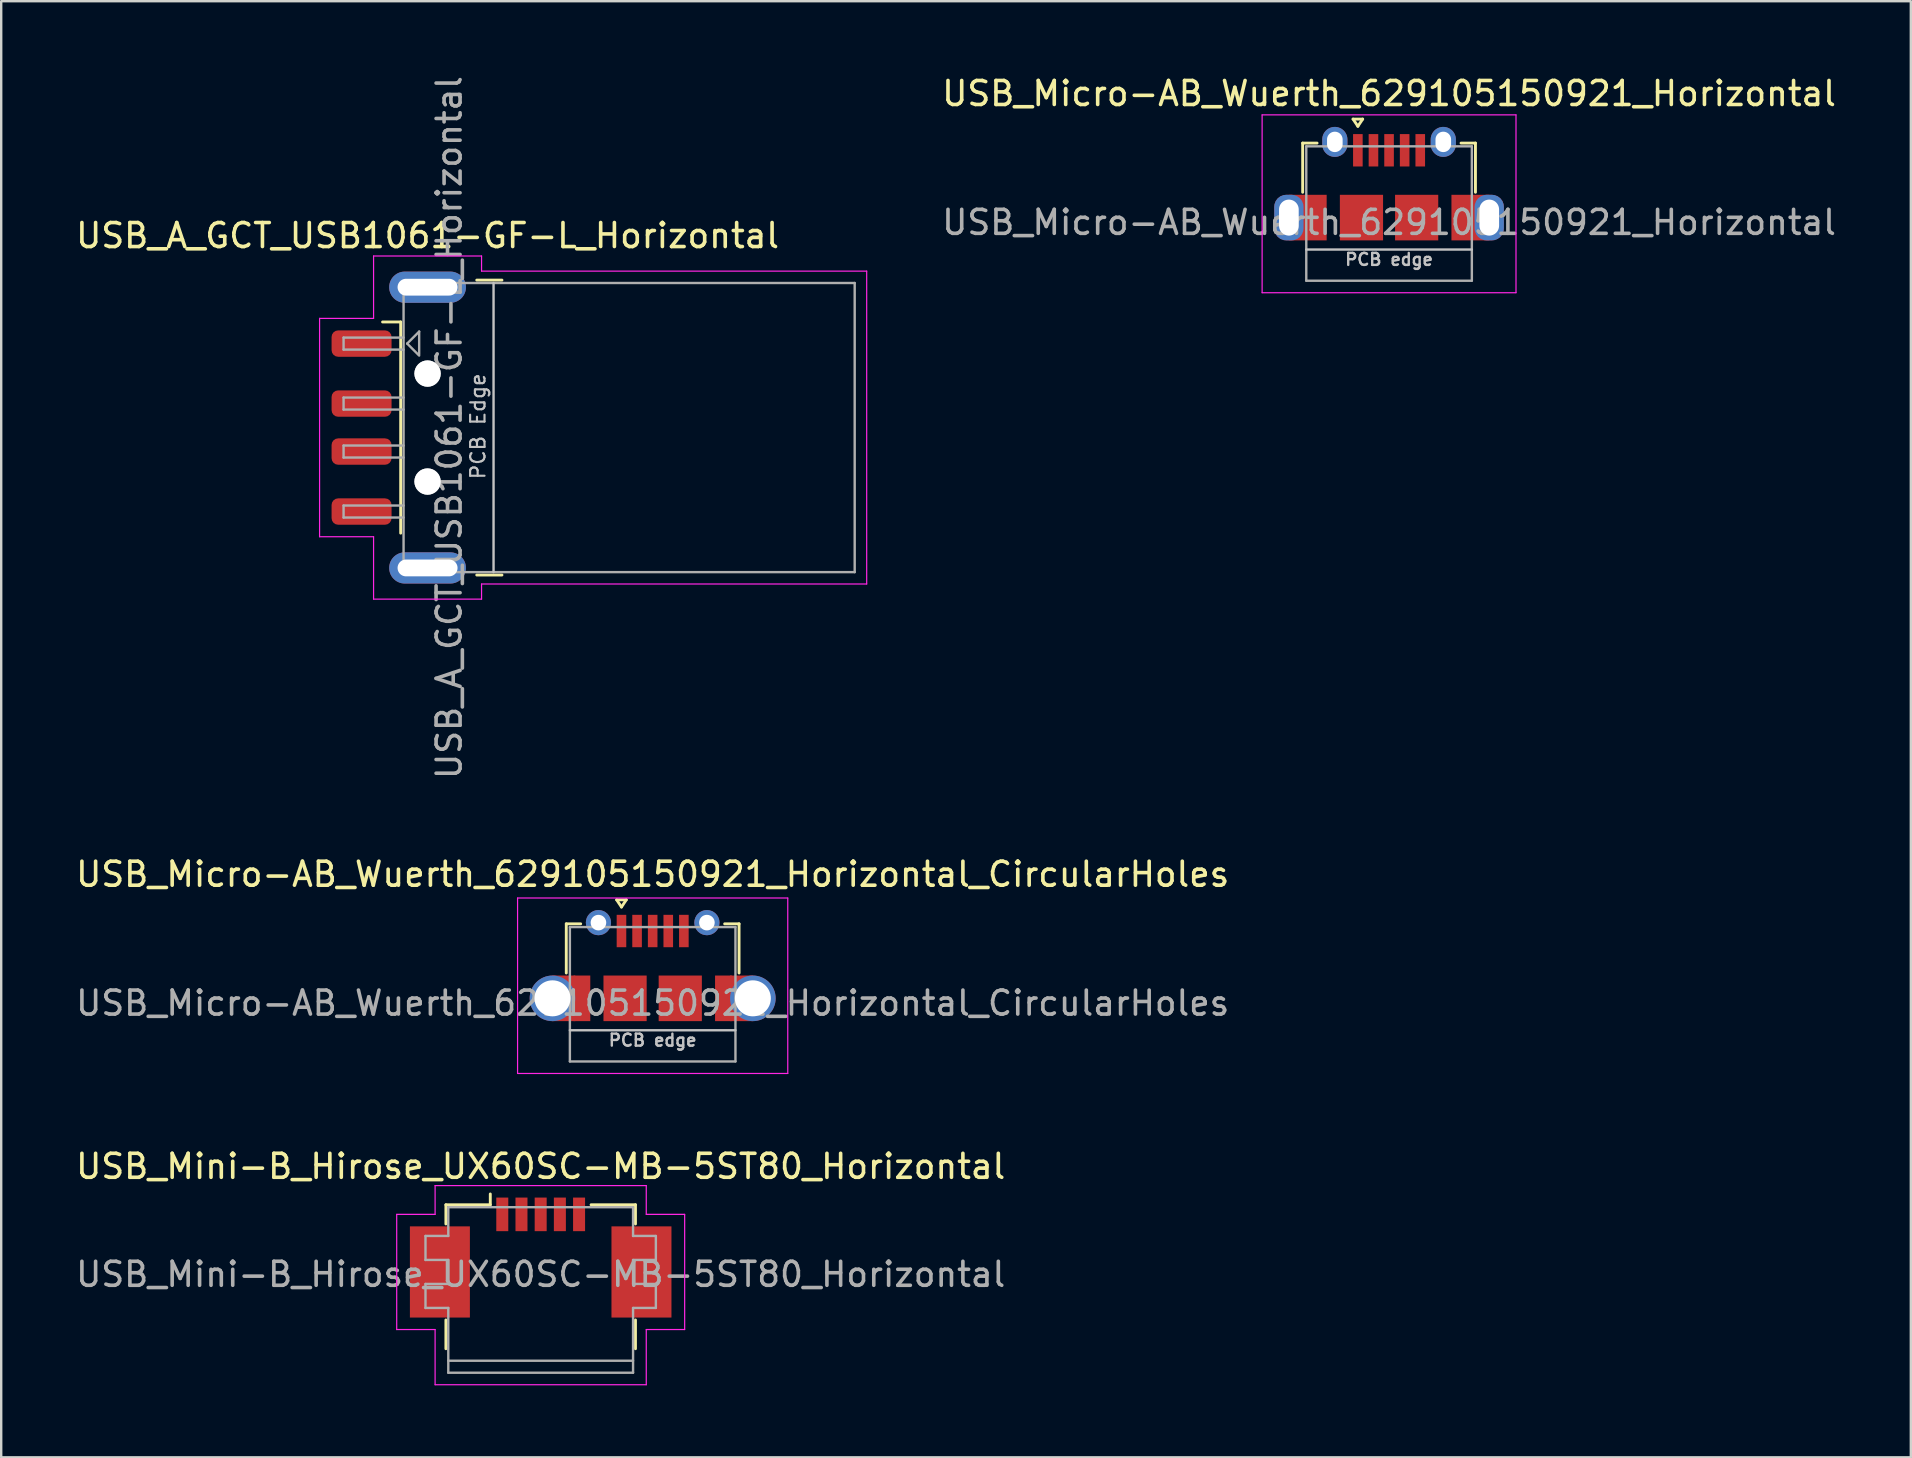
<source format=kicad_pcb>
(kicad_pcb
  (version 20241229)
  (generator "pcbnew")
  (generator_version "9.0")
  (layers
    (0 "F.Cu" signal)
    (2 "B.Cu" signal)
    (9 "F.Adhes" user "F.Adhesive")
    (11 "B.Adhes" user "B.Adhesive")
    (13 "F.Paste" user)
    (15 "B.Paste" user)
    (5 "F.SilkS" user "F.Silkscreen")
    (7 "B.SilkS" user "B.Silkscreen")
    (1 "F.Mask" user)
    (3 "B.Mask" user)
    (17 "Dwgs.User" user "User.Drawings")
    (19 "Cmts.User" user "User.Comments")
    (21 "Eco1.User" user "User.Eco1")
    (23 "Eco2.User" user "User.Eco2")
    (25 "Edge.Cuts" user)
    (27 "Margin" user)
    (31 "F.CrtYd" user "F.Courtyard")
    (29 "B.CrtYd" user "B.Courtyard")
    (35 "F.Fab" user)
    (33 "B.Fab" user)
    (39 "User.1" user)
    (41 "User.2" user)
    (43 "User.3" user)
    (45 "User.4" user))
  (footprint "USB_Micro-AB_Wuerth_629105150921_Horizontal"
    (layer "F.Cu")
    (at 54.837 5.848)
    (property "Reference" "USB_Micro-AB_Wuerth_629105150921_Horizontal" (at 0 -5 0) (layer "F.SilkS") (effects (font (size 1 1) (thickness 0.15))))
    (attr smd)
    (fp_line (start -3.6 -2.935) (end -3.6 -0.885) (stroke (width 0.12) (type solid)) (layer "F.SilkS"))
    (fp_line (start -3 -2.935) (end -3.6 -2.935) (stroke (width 0.12) (type solid)) (layer "F.SilkS"))
    (fp_line (start -1.5 -3.935) (end -1.3 -3.635) (stroke (width 0.12) (type solid)) (layer "F.SilkS"))
    (fp_line (start -1.3 -3.635) (end -1.1 -3.935) (stroke (width 0.12) (type solid)) (layer "F.SilkS"))
    (fp_line (start -1.1 -3.935) (end -1.5 -3.935) (stroke (width 0.12) (type solid)) (layer "F.SilkS"))
    (fp_line (start 3.6 -2.935) (end 3 -2.935) (stroke (width 0.12) (type solid)) (layer "F.SilkS"))
    (fp_line (start 3.6 -2.935) (end 3.6 -0.885) (stroke (width 0.12) (type solid)) (layer "F.SilkS"))
    (fp_line (start -3.45 1.5) (end 3.45 1.5) (stroke (width 0.1) (type solid)) (layer "Dwgs.User"))
    (fp_line (start -5.29 -4.11) (end -5.29 3.3) (stroke (width 0.05) (type solid)) (layer "F.CrtYd"))
    (fp_line (start -5.29 -4.11) (end 5.29 -4.11) (stroke (width 0.05) (type solid)) (layer "F.CrtYd"))
    (fp_line (start -5.29 3.3) (end 5.29 3.3) (stroke (width 0.05) (type solid)) (layer "F.CrtYd"))
    (fp_line (start 5.29 -4.11) (end 5.29 3.3) (stroke (width 0.05) (type solid)) (layer "F.CrtYd"))
    (fp_line (start -3.45 -2.8) (end -3.45 2.8) (stroke (width 0.1) (type solid)) (layer "F.Fab"))
    (fp_line (start -3.45 -2.8) (end 3.45 -2.8) (stroke (width 0.1) (type solid)) (layer "F.Fab"))
    (fp_line (start 3.45 -2.8) (end 3.45 2.8) (stroke (width 0.1) (type solid)) (layer "F.Fab"))
    (fp_line (start 3.45 2.8) (end -3.45 2.8) (stroke (width 0.1) (type solid)) (layer "F.Fab"))
    (fp_text user "PCB edge" (at 0 1.915 0) (layer "Dwgs.User") (effects (font (size 0.5 0.5) (thickness 0.1))))
    (fp_text user "${REFERENCE}" (at 0 0.37 0) (layer "F.Fab") (effects (font (size 1 1) (thickness 0.15))))
    (pad "1" smd rect (at -1.3 -2.635) (size 0.4 1.35) (layers "F.Cu" "F.Mask" "F.Paste"))
    (pad "2" smd rect (at -0.65 -2.635) (size 0.4 1.35) (layers "F.Cu" "F.Mask" "F.Paste"))
    (pad "3" smd rect (at 0 -2.635) (size 0.4 1.35) (layers "F.Cu" "F.Mask" "F.Paste"))
    (pad "4" smd rect (at 0.65 -2.635) (size 0.4 1.35) (layers "F.Cu" "F.Mask" "F.Paste"))
    (pad "5" smd rect (at 1.3 -2.635) (size 0.4 1.35) (layers "F.Cu" "F.Mask" "F.Paste"))
    (pad "6" thru_hole roundrect (at -4.175 0.17) (size 1.22 1.9) (drill oval 0.82 1.5) (layers "*.Cu" "*.Mask") (roundrect_rratio 0.41))
    (pad "6" smd rect (at -3.837 0.17) (size 0.675 1.9) (layers "F.Cu" "F.Mask"))
    (pad "6" smd rect (at -3.05 0.17) (size 0.9 1.9) (layers "F.Cu" "F.Mask" "F.Paste"))
    (pad "6" thru_hole oval (at -2.26 -2.985) (size 1.05 1.25) (drill oval 0.65 0.85) (layers "*.Cu" "*.Mask"))
    (pad "6" smd rect (at -1.15 0.17) (size 1.8 1.9) (layers "F.Cu" "F.Mask" "F.Paste"))
    (pad "6" smd rect (at 1.15 0.17) (size 1.8 1.9) (layers "F.Cu" "F.Mask" "F.Paste"))
    (pad "6" thru_hole oval (at 2.26 -2.985) (size 1.05 1.25) (drill oval 0.65 0.85) (layers "*.Cu" "*.Mask"))
    (pad "6" smd rect (at 3.05 0.17) (size 0.9 1.9) (layers "F.Cu" "F.Mask" "F.Paste"))
    (pad "6" smd rect (at 3.837 0.17) (size 0.675 1.9) (layers "F.Cu" "F.Mask"))
    (pad "6" thru_hole roundrect (at 4.175 0.17) (size 1.22 1.9) (drill oval 0.82 1.5) (layers "*.Cu" "*.Mask") (roundrect_rratio 0.41)))
  (footprint "USB_Mini-B_Hirose_UX60SC-MB-5ST80_Horizontal"
    (layer "F.Cu")
    (at 19.482 49.357)
    (property "Reference" "USB_Mini-B_Hirose_UX60SC-MB-5ST80_Horizontal" (at 0 -3.8 0) (layer "F.SilkS") (effects (font (size 1 1) (thickness 0.15))))
    (attr smd)
    (fp_line (start -3.95 -2.2) (end -3.95 -1.4) (stroke (width 0.12) (type solid)) (layer "F.SilkS"))
    (fp_line (start -3.95 2.6) (end -3.95 3.8) (stroke (width 0.12) (type solid)) (layer "F.SilkS"))
    (fp_line (start -2.1 -2.2) (end -3.95 -2.2) (stroke (width 0.12) (type solid)) (layer "F.SilkS"))
    (fp_line (start -2.1 -2.2) (end -2.1 -2.65) (stroke (width 0.12) (type solid)) (layer "F.SilkS"))
    (fp_line (start 3.95 -2.2) (end 2.1 -2.2) (stroke (width 0.12) (type solid)) (layer "F.SilkS"))
    (fp_line (start 3.95 -1.4) (end 3.95 -2.2) (stroke (width 0.12) (type solid)) (layer "F.SilkS"))
    (fp_line (start 3.95 2.6) (end 3.95 3.8) (stroke (width 0.12) (type solid)) (layer "F.SilkS"))
    (fp_line (start -6 -1.8) (end -4.4 -1.8) (stroke (width 0.05) (type solid)) (layer "F.CrtYd"))
    (fp_line (start -6 3) (end -6 -1.8) (stroke (width 0.05) (type solid)) (layer "F.CrtYd"))
    (fp_line (start -4.4 -3) (end 4.4 -3) (stroke (width 0.05) (type solid)) (layer "F.CrtYd"))
    (fp_line (start -4.4 -1.8) (end -4.4 -3) (stroke (width 0.05) (type solid)) (layer "F.CrtYd"))
    (fp_line (start -4.4 3) (end -6 3) (stroke (width 0.05) (type solid)) (layer "F.CrtYd"))
    (fp_line (start -4.4 5.3) (end -4.4 3) (stroke (width 0.05) (type solid)) (layer "F.CrtYd"))
    (fp_line (start 4.4 -3) (end 4.4 -1.8) (stroke (width 0.05) (type solid)) (layer "F.CrtYd"))
    (fp_line (start 4.4 -1.8) (end 6 -1.8) (stroke (width 0.05) (type solid)) (layer "F.CrtYd"))
    (fp_line (start 4.4 5.3) (end -4.4 5.3) (stroke (width 0.05) (type solid)) (layer "F.CrtYd"))
    (fp_line (start 4.4 5.3) (end 4.4 3) (stroke (width 0.05) (type solid)) (layer "F.CrtYd"))
    (fp_line (start 6 -1.8) (end 6 3) (stroke (width 0.05) (type solid)) (layer "F.CrtYd"))
    (fp_line (start 6 3) (end 4.4 3) (stroke (width 0.05) (type solid)) (layer "F.CrtYd"))
    (fp_line (start -4.8 0.1) (end -4.8 -0.9) (stroke (width 0.1) (type solid)) (layer "F.Fab"))
    (fp_line (start -4.8 0.1) (end -3.85 0.1) (stroke (width 0.1) (type solid)) (layer "F.Fab"))
    (fp_line (start -4.8 2.1) (end -4.8 1.1) (stroke (width 0.1) (type solid)) (layer "F.Fab"))
    (fp_line (start -4.8 2.1) (end -3.85 2.1) (stroke (width 0.1) (type solid)) (layer "F.Fab"))
    (fp_line (start -3.85 -0.9) (end -4.8 -0.9) (stroke (width 0.1) (type solid)) (layer "F.Fab"))
    (fp_line (start -3.85 -0.9) (end -3.85 -2.1) (stroke (width 0.1) (type solid)) (layer "F.Fab"))
    (fp_line (start -3.85 1.1) (end -4.8 1.1) (stroke (width 0.1) (type solid)) (layer "F.Fab"))
    (fp_line (start -3.85 1.1) (end -3.85 0.1) (stroke (width 0.1) (type solid)) (layer "F.Fab"))
    (fp_line (start -3.85 4.3) (end 3.85 4.3) (stroke (width 0.1) (type solid)) (layer "F.Fab"))
    (fp_line (start -3.85 4.8) (end -3.85 2.1) (stroke (width 0.1) (type solid)) (layer "F.Fab"))
    (fp_line (start 3.85 -2.1) (end -3.85 -2.1) (stroke (width 0.1) (type solid)) (layer "F.Fab"))
    (fp_line (start 3.85 -0.9) (end 3.85 -2.1) (stroke (width 0.1) (type solid)) (layer "F.Fab"))
    (fp_line (start 3.85 0.1) (end 4.8 0.1) (stroke (width 0.1) (type solid)) (layer "F.Fab"))
    (fp_line (start 3.85 1.1) (end 3.85 0.1) (stroke (width 0.1) (type solid)) (layer "F.Fab"))
    (fp_line (start 3.85 2.1) (end 4.8 2.1) (stroke (width 0.1) (type solid)) (layer "F.Fab"))
    (fp_line (start 3.85 4.8) (end -3.85 4.8) (stroke (width 0.1) (type solid)) (layer "F.Fab"))
    (fp_line (start 3.85 4.8) (end 3.85 2.1) (stroke (width 0.1) (type solid)) (layer "F.Fab"))
    (fp_line (start 4.8 -0.9) (end 3.85 -0.9) (stroke (width 0.1) (type solid)) (layer "F.Fab"))
    (fp_line (start 4.8 0.1) (end 4.8 -0.9) (stroke (width 0.1) (type solid)) (layer "F.Fab"))
    (fp_line (start 4.8 1.1) (end 3.85 1.1) (stroke (width 0.1) (type solid)) (layer "F.Fab"))
    (fp_line (start 4.8 2.1) (end 4.8 1.1) (stroke (width 0.1) (type solid)) (layer "F.Fab"))
    (fp_text user "${REFERENCE}" (at 0 0.7 0) (layer "F.Fab") (effects (font (size 1 1) (thickness 0.15))))
    (pad "1" smd rect (at -1.6 -1.8) (size 0.5 1.4) (layers "F.Cu" "F.Mask" "F.Paste"))
    (pad "2" smd rect (at -0.8 -1.8) (size 0.5 1.4) (layers "F.Cu" "F.Mask" "F.Paste"))
    (pad "3" smd rect (at 0 -1.8) (size 0.5 1.4) (layers "F.Cu" "F.Mask" "F.Paste"))
    (pad "4" smd rect (at 0.8 -1.8) (size 0.5 1.4) (layers "F.Cu" "F.Mask" "F.Paste"))
    (pad "5" smd rect (at 1.6 -1.8) (size 0.5 1.4) (layers "F.Cu" "F.Mask" "F.Paste"))
    (pad "6" smd rect (at -4.2 0.6) (size 2.5 3.8) (layers "F.Cu" "F.Mask" "F.Paste"))
    (pad "6" smd rect (at 4.2 0.6) (size 2.5 3.8) (layers "F.Cu" "F.Mask" "F.Paste")))
  (footprint "USB_A_GCT_USB1061-GF-L_Horizontal"
    (layer "F.Cu")
    (at 13.568 14.768)
    (property "Reference" "USB_A_GCT_USB1061-GF-L_Horizontal" (at 1.2 -8 0) (layer "F.SilkS") (effects (font (size 1 1) (thickness 0.15))))
    (attr smd)
    (fp_line (start 0.08 -4.4) (end -0.675 -4.4) (stroke (width 0.12) (type solid)) (layer "F.SilkS"))
    (fp_line (start 0.08 -4.4) (end 0.08 4.4) (stroke (width 0.12) (type solid)) (layer "F.SilkS"))
    (fp_line (start 3.25 -6.145) (end 4.3 -6.145) (stroke (width 0.12) (type solid)) (layer "F.SilkS"))
    (fp_line (start 3.25 6.145) (end 4.3 6.145) (stroke (width 0.12) (type solid)) (layer "F.SilkS"))
    (fp_line (start 3.95 6.025) (end 3.95 -6.025) (stroke (width 0.1) (type solid)) (layer "Dwgs.User"))
    (fp_line (start -3.3 -4.55) (end -1.05 -4.55) (stroke (width 0.05) (type solid)) (layer "F.CrtYd"))
    (fp_line (start -3.3 4.55) (end -3.3 -4.55) (stroke (width 0.05) (type solid)) (layer "F.CrtYd"))
    (fp_line (start -3.3 4.55) (end -1.05 4.55) (stroke (width 0.05) (type solid)) (layer "F.CrtYd"))
    (fp_line (start -1.05 -7.15) (end -1.05 -4.55) (stroke (width 0.05) (type solid)) (layer "F.CrtYd"))
    (fp_line (start -1.05 -7.15) (end 3.45 -7.15) (stroke (width 0.05) (type solid)) (layer "F.CrtYd"))
    (fp_line (start -1.05 4.55) (end -1.05 7.15) (stroke (width 0.05) (type solid)) (layer "F.CrtYd"))
    (fp_line (start -1.05 7.15) (end 3.45 7.15) (stroke (width 0.05) (type solid)) (layer "F.CrtYd"))
    (fp_line (start 3.45 -6.52) (end 3.45 -7.15) (stroke (width 0.05) (type solid)) (layer "F.CrtYd"))
    (fp_line (start 3.45 -6.52) (end 19.5 -6.52) (stroke (width 0.05) (type solid)) (layer "F.CrtYd"))
    (fp_line (start 3.45 6.52) (end 19.5 6.52) (stroke (width 0.05) (type solid)) (layer "F.CrtYd"))
    (fp_line (start 3.45 7.15) (end 3.45 6.52) (stroke (width 0.05) (type solid)) (layer "F.CrtYd"))
    (fp_line (start 19.5 6.52) (end 19.5 -6.52) (stroke (width 0.05) (type solid)) (layer "F.CrtYd"))
    (fp_line (start -2.3 -3.75) (end 0.2 -3.75) (stroke (width 0.1) (type solid)) (layer "F.Fab"))
    (fp_line (start -2.3 -3.25) (end -2.3 -3.75) (stroke (width 0.1) (type solid)) (layer "F.Fab"))
    (fp_line (start -2.3 -3.25) (end 0.2 -3.25) (stroke (width 0.1) (type solid)) (layer "F.Fab"))
    (fp_line (start -2.3 -1.25) (end 0.2 -1.25) (stroke (width 0.1) (type solid)) (layer "F.Fab"))
    (fp_line (start -2.3 -0.75) (end -2.3 -1.25) (stroke (width 0.1) (type solid)) (layer "F.Fab"))
    (fp_line (start -2.3 -0.75) (end 0.2 -0.75) (stroke (width 0.1) (type solid)) (layer "F.Fab"))
    (fp_line (start -2.3 0.75) (end 0.2 0.75) (stroke (width 0.1) (type solid)) (layer "F.Fab"))
    (fp_line (start -2.3 1.25) (end -2.3 0.75) (stroke (width 0.1) (type solid)) (layer "F.Fab"))
    (fp_line (start -2.3 1.25) (end 0.2 1.25) (stroke (width 0.1) (type solid)) (layer "F.Fab"))
    (fp_line (start -2.3 3.25) (end 0.2 3.25) (stroke (width 0.1) (type solid)) (layer "F.Fab"))
    (fp_line (start -2.3 3.75) (end -2.3 3.25) (stroke (width 0.1) (type solid)) (layer "F.Fab"))
    (fp_line (start -2.3 3.75) (end 0.2 3.75) (stroke (width 0.1) (type solid)) (layer "F.Fab"))
    (fp_line (start 0.2 -6.025) (end 19 -6.025) (stroke (width 0.1) (type solid)) (layer "F.Fab"))
    (fp_line (start 0.2 6.025) (end 0.2 -6.025) (stroke (width 0.1) (type solid)) (layer "F.Fab"))
    (fp_line (start 0.2 6.025) (end 19 6.025) (stroke (width 0.1) (type solid)) (layer "F.Fab"))
    (fp_line (start 0.35 -3.5) (end 0.85 -4) (stroke (width 0.1) (type solid)) (layer "F.Fab"))
    (fp_line (start 0.35 -3.5) (end 0.85 -3) (stroke (width 0.1) (type solid)) (layer "F.Fab"))
    (fp_line (start 0.85 -4) (end 0.85 -3.05) (stroke (width 0.1) (type solid)) (layer "F.Fab"))
    (fp_line (start 19 6.025) (end 19 -6.025) (stroke (width 0.1) (type solid)) (layer "F.Fab"))
    (fp_circle (center 1.2 -2.25) (end 1.7 -2.25) (stroke (width 0.1) (type solid)) (fill no) (layer "F.Fab"))
    (fp_circle (center 1.2 2.25) (end 1.7 2.25) (stroke (width 0.1) (type solid)) (fill no) (layer "F.Fab"))
    (fp_text user "PCB Edge" (at 3.3 -0.05 90) (layer "Dwgs.User") (effects (font (size 0.6 0.6) (thickness 0.09))))
    (fp_text user "${REFERENCE}" (at 2.1 0 90) (layer "F.Fab") (effects (font (size 1 1) (thickness 0.15))))
    (pad "" np_thru_hole circle (at 1.2 -2.25) (size 1.1 1.1) (drill 1.1) (layers "*.Cu" "*.Mask"))
    (pad "" np_thru_hole circle (at 1.2 2.25) (size 1.1 1.1) (drill 1.1) (layers "*.Cu" "*.Mask"))
    (pad "1" smd roundrect (at -1.55 -3.5) (size 2.5 1.1) (layers "F.Cu" "F.Mask" "F.Paste") (roundrect_rratio 0.25))
    (pad "2" smd roundrect (at -1.55 -1) (size 2.5 1.1) (layers "F.Cu" "F.Mask" "F.Paste") (roundrect_rratio 0.25))
    (pad "3" smd roundrect (at -1.55 1) (size 2.5 1.1) (layers "F.Cu" "F.Mask" "F.Paste") (roundrect_rratio 0.25))
    (pad "4" smd roundrect (at -1.55 3.5) (size 2.5 1.1) (layers "F.Cu" "F.Mask" "F.Paste") (roundrect_rratio 0.25))
    (pad "5" thru_hole oval (at 1.2 -5.85) (size 3.2 1.3) (drill oval 2.5 0.7) (layers "*.Cu" "*.Mask"))
    (pad "5" thru_hole oval (at 1.2 5.85) (size 3.2 1.3) (drill oval 2.5 0.7) (layers "*.Cu" "*.Mask")))
  (footprint "USB_Micro-AB_Wuerth_629105150921_Horizontal_CircularHoles"
    (layer "F.Cu")
    (at 24.149 38.384)
    (property "Reference" "USB_Micro-AB_Wuerth_629105150921_Horizontal_CircularHoles" (at 0 -5 0) (layer "F.SilkS") (effects (font (size 1 1) (thickness 0.15))))
    (attr smd)
    (fp_line (start -3.6 -2.935) (end -3.6 -0.885) (stroke (width 0.12) (type solid)) (layer "F.SilkS"))
    (fp_line (start -3 -2.935) (end -3.6 -2.935) (stroke (width 0.12) (type solid)) (layer "F.SilkS"))
    (fp_line (start -1.5 -3.935) (end -1.3 -3.635) (stroke (width 0.12) (type solid)) (layer "F.SilkS"))
    (fp_line (start -1.3 -3.635) (end -1.1 -3.935) (stroke (width 0.12) (type solid)) (layer "F.SilkS"))
    (fp_line (start -1.1 -3.935) (end -1.5 -3.935) (stroke (width 0.12) (type solid)) (layer "F.SilkS"))
    (fp_line (start 3.6 -2.935) (end 3 -2.935) (stroke (width 0.12) (type solid)) (layer "F.SilkS"))
    (fp_line (start 3.6 -2.935) (end 3.6 -0.885) (stroke (width 0.12) (type solid)) (layer "F.SilkS"))
    (fp_line (start -3.45 1.5) (end 3.45 1.5) (stroke (width 0.1) (type solid)) (layer "Dwgs.User"))
    (fp_line (start -5.63 -4.01) (end -5.63 3.3) (stroke (width 0.05) (type solid)) (layer "F.CrtYd"))
    (fp_line (start -5.63 -4.01) (end 5.63 -4.01) (stroke (width 0.05) (type solid)) (layer "F.CrtYd"))
    (fp_line (start -5.63 3.3) (end 5.63 3.3) (stroke (width 0.05) (type solid)) (layer "F.CrtYd"))
    (fp_line (start 5.63 -4.01) (end 5.63 3.3) (stroke (width 0.05) (type solid)) (layer "F.CrtYd"))
    (fp_line (start -3.45 -2.8) (end -3.45 2.8) (stroke (width 0.1) (type solid)) (layer "F.Fab"))
    (fp_line (start -3.45 -2.8) (end 3.45 -2.8) (stroke (width 0.1) (type solid)) (layer "F.Fab"))
    (fp_line (start 3.45 -2.8) (end 3.45 2.8) (stroke (width 0.1) (type solid)) (layer "F.Fab"))
    (fp_line (start 3.45 2.8) (end -3.45 2.8) (stroke (width 0.1) (type solid)) (layer "F.Fab"))
    (fp_text user "PCB edge" (at 0 1.915 0) (layer "Dwgs.User") (effects (font (size 0.5 0.5) (thickness 0.1))))
    (fp_text user "${REFERENCE}" (at 0 0.37 0) (layer "F.Fab") (effects (font (size 1 1) (thickness 0.15))))
    (pad "1" smd rect (at -1.3 -2.635) (size 0.4 1.35) (layers "F.Cu" "F.Mask" "F.Paste"))
    (pad "2" smd rect (at -0.65 -2.635) (size 0.4 1.35) (layers "F.Cu" "F.Mask" "F.Paste"))
    (pad "3" smd rect (at 0 -2.635) (size 0.4 1.35) (layers "F.Cu" "F.Mask" "F.Paste"))
    (pad "4" smd rect (at 0.65 -2.635) (size 0.4 1.35) (layers "F.Cu" "F.Mask" "F.Paste"))
    (pad "5" smd rect (at 1.3 -2.635) (size 0.4 1.35) (layers "F.Cu" "F.Mask" "F.Paste"))
    (pad "6" thru_hole circle (at -4.175 0.17) (size 1.9 1.9) (drill 1.5) (layers "*.Cu" "*.Mask"))
    (pad "6" smd rect (at -3.7 0.17) (size 0.95 1.9) (layers "F.Cu" "F.Mask"))
    (pad "6" smd rect (at -2.95 0.17) (size 0.7 1.9) (layers "F.Cu" "F.Mask" "F.Paste"))
    (pad "6" thru_hole circle (at -2.26 -2.985) (size 1.05 1.05) (drill 0.65) (layers "*.Cu" "*.Mask"))
    (pad "6" smd rect (at -1.15 0.17) (size 1.8 1.9) (layers "F.Cu" "F.Mask" "F.Paste"))
    (pad "6" smd rect (at 1.15 0.17) (size 1.8 1.9) (layers "F.Cu" "F.Mask" "F.Paste"))
    (pad "6" thru_hole circle (at 2.26 -2.985) (size 1.05 1.05) (drill 0.65) (layers "*.Cu" "*.Mask"))
    (pad "6" smd rect (at 2.95 0.17) (size 0.7 1.9) (layers "F.Cu" "F.Mask" "F.Paste"))
    (pad "6" smd rect (at 3.7 0.17) (size 0.95 1.9) (layers "F.Cu" "F.Mask"))
    (pad "6" thru_hole circle (at 4.175 0.17) (size 1.9 1.9) (drill 1.5) (layers "*.Cu" "*.Mask")))
  (gr_rect
    (start -3 -3)
    (end 76.581 57.682)
    (stroke (width 0.1) (type default))
    (fill no)
    (layer "Edge.Cuts")))
</source>
